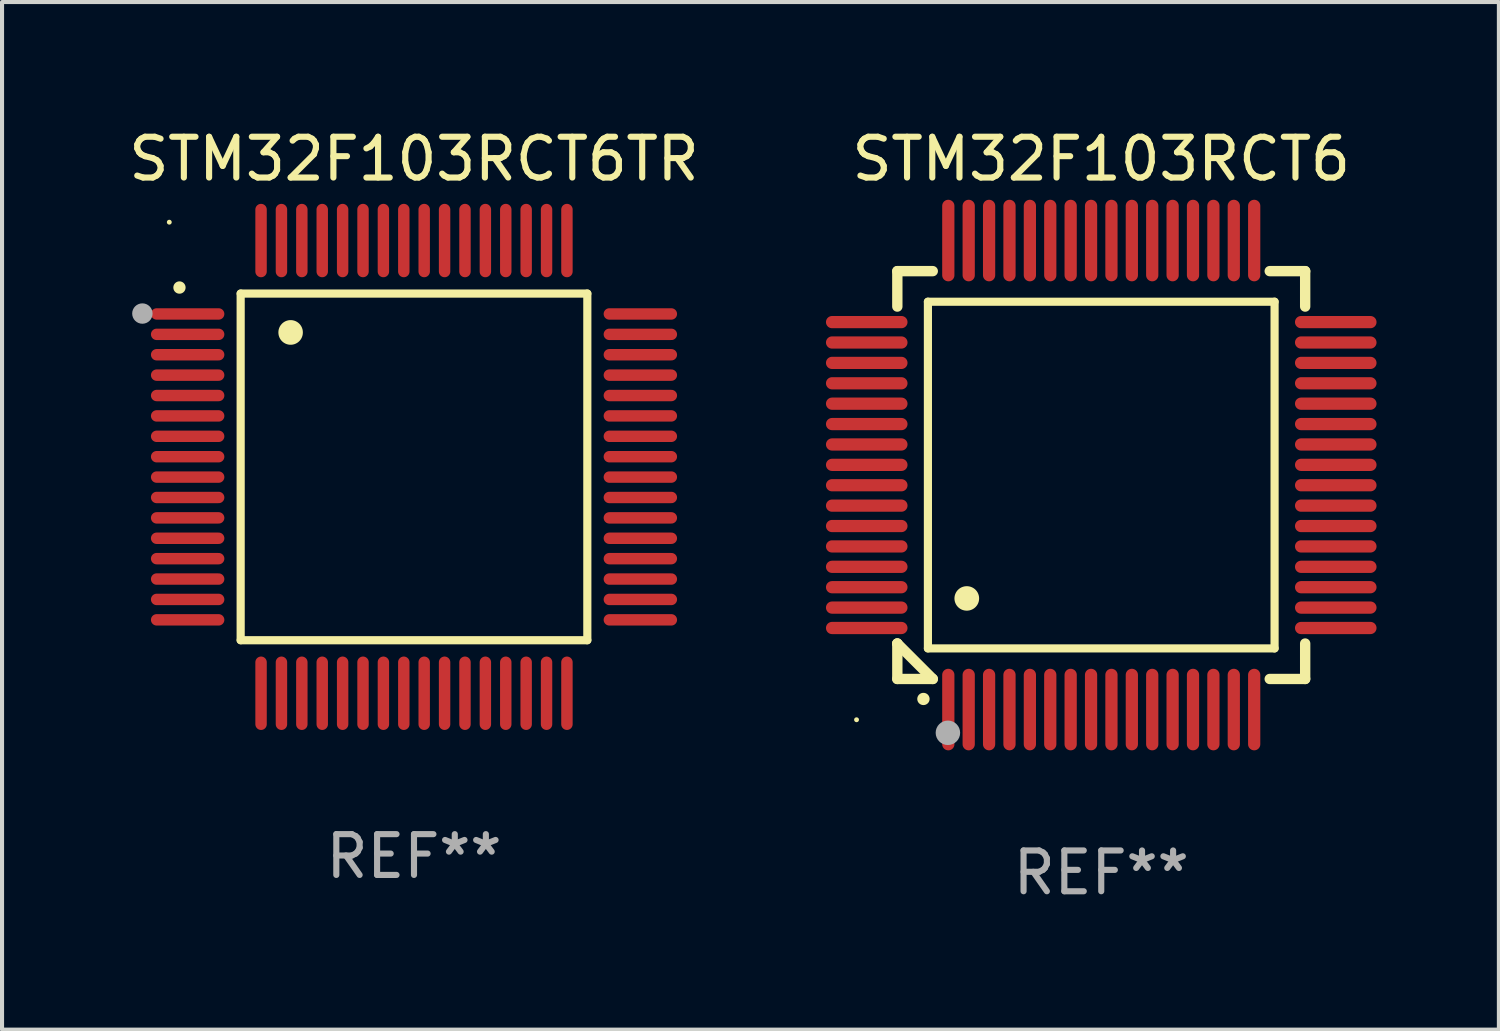
<source format=kicad_pcb>
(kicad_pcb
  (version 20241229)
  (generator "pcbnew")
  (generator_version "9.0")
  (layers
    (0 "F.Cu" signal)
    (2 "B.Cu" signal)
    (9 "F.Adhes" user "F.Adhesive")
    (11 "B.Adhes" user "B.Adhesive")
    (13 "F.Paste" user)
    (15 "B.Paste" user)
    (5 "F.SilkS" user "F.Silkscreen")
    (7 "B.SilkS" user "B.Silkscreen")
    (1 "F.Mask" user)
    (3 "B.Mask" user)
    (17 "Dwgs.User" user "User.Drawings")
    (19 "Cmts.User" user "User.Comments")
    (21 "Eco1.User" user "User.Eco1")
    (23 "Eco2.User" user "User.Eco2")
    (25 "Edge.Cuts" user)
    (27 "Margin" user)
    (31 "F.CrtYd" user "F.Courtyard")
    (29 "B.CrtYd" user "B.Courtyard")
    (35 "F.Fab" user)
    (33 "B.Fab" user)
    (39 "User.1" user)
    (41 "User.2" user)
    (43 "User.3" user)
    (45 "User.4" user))
  (footprint "STM32F103RCT6TR"
    (layer "F.Cu")
    (at 7.101 8.398)
    (property "Reference" "STM32F103RCT6TR" (at 0 -7.55 0) (layer "F.SilkS") (effects (font (size 1 1) (thickness 0.15))))
    (attr through_hole)
    (fp_line (start -4.25 -4.25) (end -4.25 4.25) (stroke (width 0.2) (type solid)) (layer "F.SilkS"))
    (fp_line (start -4.25 4.25) (end 4.25 4.25) (stroke (width 0.2) (type solid)) (layer "F.SilkS"))
    (fp_line (start 4.25 -4.25) (end -4.25 -4.25) (stroke (width 0.2) (type solid)) (layer "F.SilkS"))
    (fp_line (start 4.25 4.25) (end 4.25 -4.25) (stroke (width 0.2) (type solid)) (layer "F.SilkS"))
    (fp_arc (start -5.750572 -4.396749) (mid -5.750577 -4.398019) (end -5.750572 -4.399289) (stroke (width 0.3) (type solid)) (layer "F.SilkS"))
    (fp_arc (start -3.025146 -3.294387) (mid -3.025157 -3.296927) (end -3.025146 -3.299467) (stroke (width 0.6) (type solid)) (layer "F.SilkS"))
    (fp_circle (center -6 -6) (end -5.97 -6) (stroke (width 0.06) (type solid)) (fill no) (layer "F.SilkS"))
    (fp_circle (center -6.66 -3.76) (end -6.535 -3.76) (stroke (width 0.25) (type solid)) (fill no) (layer "F.Fab"))
    (fp_text user "REF**" (at 0 9.55 0) (layer "F.Fab") (effects (font (size 1 1) (thickness 0.15))))
    (pad "1" smd oval (at -5.55 -3.75) (size 1.8 0.28) (layers "F.Cu" "F.Mask" "F.Paste"))
    (pad "2" smd oval (at -5.55 -3.25) (size 1.8 0.28) (layers "F.Cu" "F.Mask" "F.Paste"))
    (pad "3" smd oval (at -5.55 -2.75) (size 1.8 0.28) (layers "F.Cu" "F.Mask" "F.Paste"))
    (pad "4" smd oval (at -5.55 -2.25) (size 1.8 0.28) (layers "F.Cu" "F.Mask" "F.Paste"))
    (pad "5" smd oval (at -5.55 -1.75) (size 1.8 0.28) (layers "F.Cu" "F.Mask" "F.Paste"))
    (pad "6" smd oval (at -5.55 -1.25) (size 1.8 0.28) (layers "F.Cu" "F.Mask" "F.Paste"))
    (pad "7" smd oval (at -5.55 -0.75) (size 1.8 0.28) (layers "F.Cu" "F.Mask" "F.Paste"))
    (pad "8" smd oval (at -5.55 -0.25) (size 1.8 0.28) (layers "F.Cu" "F.Mask" "F.Paste"))
    (pad "9" smd oval (at -5.55 0.25) (size 1.8 0.28) (layers "F.Cu" "F.Mask" "F.Paste"))
    (pad "10" smd oval (at -5.55 0.75) (size 1.8 0.28) (layers "F.Cu" "F.Mask" "F.Paste"))
    (pad "11" smd oval (at -5.55 1.25) (size 1.8 0.28) (layers "F.Cu" "F.Mask" "F.Paste"))
    (pad "12" smd oval (at -5.55 1.75) (size 1.8 0.28) (layers "F.Cu" "F.Mask" "F.Paste"))
    (pad "13" smd oval (at -5.55 2.25) (size 1.8 0.28) (layers "F.Cu" "F.Mask" "F.Paste"))
    (pad "14" smd oval (at -5.55 2.75) (size 1.8 0.28) (layers "F.Cu" "F.Mask" "F.Paste"))
    (pad "15" smd oval (at -5.55 3.25) (size 1.8 0.28) (layers "F.Cu" "F.Mask" "F.Paste"))
    (pad "16" smd oval (at -5.55 3.75) (size 1.8 0.28) (layers "F.Cu" "F.Mask" "F.Paste"))
    (pad "17" smd oval (at -3.75 5.55) (size 0.28 1.8) (layers "F.Cu" "F.Mask" "F.Paste"))
    (pad "18" smd oval (at -3.25 5.55) (size 0.28 1.8) (layers "F.Cu" "F.Mask" "F.Paste"))
    (pad "19" smd oval (at -2.75 5.55) (size 0.28 1.8) (layers "F.Cu" "F.Mask" "F.Paste"))
    (pad "20" smd oval (at -2.25 5.55) (size 0.28 1.8) (layers "F.Cu" "F.Mask" "F.Paste"))
    (pad "21" smd oval (at -1.75 5.55) (size 0.28 1.8) (layers "F.Cu" "F.Mask" "F.Paste"))
    (pad "22" smd oval (at -1.25 5.55) (size 0.28 1.8) (layers "F.Cu" "F.Mask" "F.Paste"))
    (pad "23" smd oval (at -0.75 5.55) (size 0.28 1.8) (layers "F.Cu" "F.Mask" "F.Paste"))
    (pad "24" smd oval (at -0.25 5.55) (size 0.28 1.8) (layers "F.Cu" "F.Mask" "F.Paste"))
    (pad "25" smd oval (at 0.25 5.55) (size 0.28 1.8) (layers "F.Cu" "F.Mask" "F.Paste"))
    (pad "26" smd oval (at 0.75 5.55) (size 0.28 1.8) (layers "F.Cu" "F.Mask" "F.Paste"))
    (pad "27" smd oval (at 1.25 5.55) (size 0.28 1.8) (layers "F.Cu" "F.Mask" "F.Paste"))
    (pad "28" smd oval (at 1.75 5.55) (size 0.28 1.8) (layers "F.Cu" "F.Mask" "F.Paste"))
    (pad "29" smd oval (at 2.25 5.55) (size 0.28 1.8) (layers "F.Cu" "F.Mask" "F.Paste"))
    (pad "30" smd oval (at 2.75 5.55) (size 0.28 1.8) (layers "F.Cu" "F.Mask" "F.Paste"))
    (pad "31" smd oval (at 3.25 5.55) (size 0.28 1.8) (layers "F.Cu" "F.Mask" "F.Paste"))
    (pad "32" smd oval (at 3.75 5.55) (size 0.28 1.8) (layers "F.Cu" "F.Mask" "F.Paste"))
    (pad "33" smd oval (at 5.55 3.75) (size 1.8 0.28) (layers "F.Cu" "F.Mask" "F.Paste"))
    (pad "34" smd oval (at 5.55 3.25) (size 1.8 0.28) (layers "F.Cu" "F.Mask" "F.Paste"))
    (pad "35" smd oval (at 5.55 2.75) (size 1.8 0.28) (layers "F.Cu" "F.Mask" "F.Paste"))
    (pad "36" smd oval (at 5.55 2.25) (size 1.8 0.28) (layers "F.Cu" "F.Mask" "F.Paste"))
    (pad "37" smd oval (at 5.55 1.75) (size 1.8 0.28) (layers "F.Cu" "F.Mask" "F.Paste"))
    (pad "38" smd oval (at 5.55 1.25) (size 1.8 0.28) (layers "F.Cu" "F.Mask" "F.Paste"))
    (pad "39" smd oval (at 5.55 0.75) (size 1.8 0.28) (layers "F.Cu" "F.Mask" "F.Paste"))
    (pad "40" smd oval (at 5.55 0.25) (size 1.8 0.28) (layers "F.Cu" "F.Mask" "F.Paste"))
    (pad "41" smd oval (at 5.55 -0.25) (size 1.8 0.28) (layers "F.Cu" "F.Mask" "F.Paste"))
    (pad "42" smd oval (at 5.55 -0.75) (size 1.8 0.28) (layers "F.Cu" "F.Mask" "F.Paste"))
    (pad "43" smd oval (at 5.55 -1.25) (size 1.8 0.28) (layers "F.Cu" "F.Mask" "F.Paste"))
    (pad "44" smd oval (at 5.55 -1.75) (size 1.8 0.28) (layers "F.Cu" "F.Mask" "F.Paste"))
    (pad "45" smd oval (at 5.55 -2.25) (size 1.8 0.28) (layers "F.Cu" "F.Mask" "F.Paste"))
    (pad "46" smd oval (at 5.55 -2.75) (size 1.8 0.28) (layers "F.Cu" "F.Mask" "F.Paste"))
    (pad "47" smd oval (at 5.55 -3.25) (size 1.8 0.28) (layers "F.Cu" "F.Mask" "F.Paste"))
    (pad "48" smd oval (at 5.55 -3.75) (size 1.8 0.28) (layers "F.Cu" "F.Mask" "F.Paste"))
    (pad "49" smd oval (at 3.75 -5.55) (size 0.28 1.8) (layers "F.Cu" "F.Mask" "F.Paste"))
    (pad "50" smd oval (at 3.25 -5.55) (size 0.28 1.8) (layers "F.Cu" "F.Mask" "F.Paste"))
    (pad "51" smd oval (at 2.75 -5.55) (size 0.28 1.8) (layers "F.Cu" "F.Mask" "F.Paste"))
    (pad "52" smd oval (at 2.25 -5.55) (size 0.28 1.8) (layers "F.Cu" "F.Mask" "F.Paste"))
    (pad "53" smd oval (at 1.75 -5.55) (size 0.28 1.8) (layers "F.Cu" "F.Mask" "F.Paste"))
    (pad "54" smd oval (at 1.25 -5.55) (size 0.28 1.8) (layers "F.Cu" "F.Mask" "F.Paste"))
    (pad "55" smd oval (at 0.75 -5.55) (size 0.28 1.8) (layers "F.Cu" "F.Mask" "F.Paste"))
    (pad "56" smd oval (at 0.25 -5.55) (size 0.28 1.8) (layers "F.Cu" "F.Mask" "F.Paste"))
    (pad "57" smd oval (at -0.25 -5.55) (size 0.28 1.8) (layers "F.Cu" "F.Mask" "F.Paste"))
    (pad "58" smd oval (at -0.75 -5.55) (size 0.28 1.8) (layers "F.Cu" "F.Mask" "F.Paste"))
    (pad "59" smd oval (at -1.25 -5.55) (size 0.28 1.8) (layers "F.Cu" "F.Mask" "F.Paste"))
    (pad "60" smd oval (at -1.75 -5.55) (size 0.28 1.8) (layers "F.Cu" "F.Mask" "F.Paste"))
    (pad "61" smd oval (at -2.25 -5.55) (size 0.28 1.8) (layers "F.Cu" "F.Mask" "F.Paste"))
    (pad "62" smd oval (at -2.75 -5.55) (size 0.28 1.8) (layers "F.Cu" "F.Mask" "F.Paste"))
    (pad "63" smd oval (at -3.25 -5.55) (size 0.28 1.8) (layers "F.Cu" "F.Mask" "F.Paste"))
    (pad "64" smd oval (at -3.75 -5.55) (size 0.28 1.8) (layers "F.Cu" "F.Mask" "F.Paste")))
  (footprint "STM32F103RCT6"
    (layer "F.Cu")
    (at 23.952 8.598)
    (property "Reference" "STM32F103RCT6" (at 0 -7.75 0) (layer "F.SilkS") (effects (font (size 1 1) (thickness 0.15))))
    (attr through_hole)
    (fp_line (start -5 -5) (end -4.131 -5) (stroke (width 0.254) (type solid)) (layer "F.SilkS"))
    (fp_line (start -5 -4.131) (end -5 -5) (stroke (width 0.254) (type solid)) (layer "F.SilkS"))
    (fp_line (start -5 4.131) (end -5 4.131) (stroke (width 0.254) (type solid)) (layer "F.SilkS"))
    (fp_line (start -5 5) (end -5 4.131) (stroke (width 0.254) (type solid)) (layer "F.SilkS"))
    (fp_line (start -5 4.131) (end -4.131 5) (stroke (width 0.254) (type solid)) (layer "F.SilkS"))
    (fp_line (start -4.25 -4.25) (end -4.25 4.25) (stroke (width 0.2) (type solid)) (layer "F.SilkS"))
    (fp_line (start -4.25 4.25) (end 4.25 4.25) (stroke (width 0.2) (type solid)) (layer "F.SilkS"))
    (fp_line (start -4.131 5) (end -5 5) (stroke (width 0.254) (type solid)) (layer "F.SilkS"))
    (fp_line (start 4.25 -4.25) (end -4.25 -4.25) (stroke (width 0.2) (type solid)) (layer "F.SilkS"))
    (fp_line (start 4.25 4.25) (end 4.25 -4.25) (stroke (width 0.2) (type solid)) (layer "F.SilkS"))
    (fp_line (start 5 -5) (end 4.131 -5) (stroke (width 0.254) (type solid)) (layer "F.SilkS"))
    (fp_line (start 5 -5) (end 5 -4.131) (stroke (width 0.254) (type solid)) (layer "F.SilkS"))
    (fp_line (start 5 4.131) (end 5 5) (stroke (width 0.254) (type solid)) (layer "F.SilkS"))
    (fp_line (start 5 5) (end 4.131 5) (stroke (width 0.254) (type solid)) (layer "F.SilkS"))
    (fp_arc (start -4.361265 5.489992) (mid -4.359995 5.489987) (end -4.358725 5.489992) (stroke (width 0.3) (type solid)) (layer "F.SilkS"))
    (fp_arc (start -3.299467 3.025146) (mid -3.296927 3.025135) (end -3.294387 3.025146) (stroke (width 0.6) (type solid)) (layer "F.SilkS"))
    (fp_circle (center -6 6) (end -5.97 6) (stroke (width 0.06) (type solid)) (fill no) (layer "F.SilkS"))
    (fp_circle (center -3.76 6.32) (end -3.61 6.32) (stroke (width 0.3) (type solid)) (fill no) (layer "F.Fab"))
    (fp_text user "REF**" (at 0 9.75 0) (layer "F.Fab") (effects (font (size 1 1) (thickness 0.15))))
    (pad "1" smd oval (at -3.75 5.75) (size 0.3 2) (layers "F.Cu" "F.Mask" "F.Paste"))
    (pad "2" smd oval (at -3.25 5.75) (size 0.3 2) (layers "F.Cu" "F.Mask" "F.Paste"))
    (pad "3" smd oval (at -2.75 5.75) (size 0.3 2) (layers "F.Cu" "F.Mask" "F.Paste"))
    (pad "4" smd oval (at -2.25 5.75) (size 0.3 2) (layers "F.Cu" "F.Mask" "F.Paste"))
    (pad "5" smd oval (at -1.75 5.75) (size 0.3 2) (layers "F.Cu" "F.Mask" "F.Paste"))
    (pad "6" smd oval (at -1.25 5.75) (size 0.3 2) (layers "F.Cu" "F.Mask" "F.Paste"))
    (pad "7" smd oval (at -0.75 5.75) (size 0.3 2) (layers "F.Cu" "F.Mask" "F.Paste"))
    (pad "8" smd oval (at -0.25 5.75) (size 0.3 2) (layers "F.Cu" "F.Mask" "F.Paste"))
    (pad "9" smd oval (at 0.25 5.75) (size 0.3 2) (layers "F.Cu" "F.Mask" "F.Paste"))
    (pad "10" smd oval (at 0.75 5.75) (size 0.3 2) (layers "F.Cu" "F.Mask" "F.Paste"))
    (pad "11" smd oval (at 1.25 5.75) (size 0.3 2) (layers "F.Cu" "F.Mask" "F.Paste"))
    (pad "12" smd oval (at 1.75 5.75) (size 0.3 2) (layers "F.Cu" "F.Mask" "F.Paste"))
    (pad "13" smd oval (at 2.25 5.75) (size 0.3 2) (layers "F.Cu" "F.Mask" "F.Paste"))
    (pad "14" smd oval (at 2.75 5.75) (size 0.3 2) (layers "F.Cu" "F.Mask" "F.Paste"))
    (pad "15" smd oval (at 3.25 5.75) (size 0.3 2) (layers "F.Cu" "F.Mask" "F.Paste"))
    (pad "16" smd oval (at 3.75 5.75) (size 0.3 2) (layers "F.Cu" "F.Mask" "F.Paste"))
    (pad "17" smd oval (at 5.75 3.75) (size 2 0.3) (layers "F.Cu" "F.Mask" "F.Paste"))
    (pad "18" smd oval (at 5.75 3.25) (size 2 0.3) (layers "F.Cu" "F.Mask" "F.Paste"))
    (pad "19" smd oval (at 5.75 2.75) (size 2 0.3) (layers "F.Cu" "F.Mask" "F.Paste"))
    (pad "20" smd oval (at 5.75 2.25) (size 2 0.3) (layers "F.Cu" "F.Mask" "F.Paste"))
    (pad "21" smd oval (at 5.75 1.75) (size 2 0.3) (layers "F.Cu" "F.Mask" "F.Paste"))
    (pad "22" smd oval (at 5.75 1.25) (size 2 0.3) (layers "F.Cu" "F.Mask" "F.Paste"))
    (pad "23" smd oval (at 5.75 0.75) (size 2 0.3) (layers "F.Cu" "F.Mask" "F.Paste"))
    (pad "24" smd oval (at 5.75 0.25) (size 2 0.3) (layers "F.Cu" "F.Mask" "F.Paste"))
    (pad "25" smd oval (at 5.75 -0.25) (size 2 0.3) (layers "F.Cu" "F.Mask" "F.Paste"))
    (pad "26" smd oval (at 5.75 -0.75) (size 2 0.3) (layers "F.Cu" "F.Mask" "F.Paste"))
    (pad "27" smd oval (at 5.75 -1.25) (size 2 0.3) (layers "F.Cu" "F.Mask" "F.Paste"))
    (pad "28" smd oval (at 5.75 -1.75) (size 2 0.3) (layers "F.Cu" "F.Mask" "F.Paste"))
    (pad "29" smd oval (at 5.75 -2.25) (size 2 0.3) (layers "F.Cu" "F.Mask" "F.Paste"))
    (pad "30" smd oval (at 5.75 -2.75) (size 2 0.3) (layers "F.Cu" "F.Mask" "F.Paste"))
    (pad "31" smd oval (at 5.75 -3.25) (size 2 0.3) (layers "F.Cu" "F.Mask" "F.Paste"))
    (pad "32" smd oval (at 5.75 -3.75) (size 2 0.3) (layers "F.Cu" "F.Mask" "F.Paste"))
    (pad "33" smd oval (at 3.75 -5.75) (size 0.3 2) (layers "F.Cu" "F.Mask" "F.Paste"))
    (pad "34" smd oval (at 3.25 -5.75) (size 0.3 2) (layers "F.Cu" "F.Mask" "F.Paste"))
    (pad "35" smd oval (at 2.75 -5.75) (size 0.3 2) (layers "F.Cu" "F.Mask" "F.Paste"))
    (pad "36" smd oval (at 2.25 -5.75) (size 0.3 2) (layers "F.Cu" "F.Mask" "F.Paste"))
    (pad "37" smd oval (at 1.75 -5.75) (size 0.3 2) (layers "F.Cu" "F.Mask" "F.Paste"))
    (pad "38" smd oval (at 1.25 -5.75) (size 0.3 2) (layers "F.Cu" "F.Mask" "F.Paste"))
    (pad "39" smd oval (at 0.75 -5.75) (size 0.3 2) (layers "F.Cu" "F.Mask" "F.Paste"))
    (pad "40" smd oval (at 0.25 -5.75) (size 0.3 2) (layers "F.Cu" "F.Mask" "F.Paste"))
    (pad "41" smd oval (at -0.25 -5.75) (size 0.3 2) (layers "F.Cu" "F.Mask" "F.Paste"))
    (pad "42" smd oval (at -0.75 -5.75) (size 0.3 2) (layers "F.Cu" "F.Mask" "F.Paste"))
    (pad "43" smd oval (at -1.25 -5.75) (size 0.3 2) (layers "F.Cu" "F.Mask" "F.Paste"))
    (pad "44" smd oval (at -1.75 -5.75) (size 0.3 2) (layers "F.Cu" "F.Mask" "F.Paste"))
    (pad "45" smd oval (at -2.25 -5.75) (size 0.3 2) (layers "F.Cu" "F.Mask" "F.Paste"))
    (pad "46" smd oval (at -2.75 -5.75) (size 0.3 2) (layers "F.Cu" "F.Mask" "F.Paste"))
    (pad "47" smd oval (at -3.25 -5.75) (size 0.3 2) (layers "F.Cu" "F.Mask" "F.Paste"))
    (pad "48" smd oval (at -3.75 -5.75) (size 0.3 2) (layers "F.Cu" "F.Mask" "F.Paste"))
    (pad "49" smd oval (at -5.75 -3.75) (size 2 0.3) (layers "F.Cu" "F.Mask" "F.Paste"))
    (pad "50" smd oval (at -5.75 -3.25) (size 2 0.3) (layers "F.Cu" "F.Mask" "F.Paste"))
    (pad "51" smd oval (at -5.75 -2.75) (size 2 0.3) (layers "F.Cu" "F.Mask" "F.Paste"))
    (pad "52" smd oval (at -5.75 -2.25) (size 2 0.3) (layers "F.Cu" "F.Mask" "F.Paste"))
    (pad "53" smd oval (at -5.75 -1.75) (size 2 0.3) (layers "F.Cu" "F.Mask" "F.Paste"))
    (pad "54" smd oval (at -5.75 -1.25) (size 2 0.3) (layers "F.Cu" "F.Mask" "F.Paste"))
    (pad "55" smd oval (at -5.75 -0.75) (size 2 0.3) (layers "F.Cu" "F.Mask" "F.Paste"))
    (pad "56" smd oval (at -5.75 -0.25) (size 2 0.3) (layers "F.Cu" "F.Mask" "F.Paste"))
    (pad "57" smd oval (at -5.75 0.25) (size 2 0.3) (layers "F.Cu" "F.Mask" "F.Paste"))
    (pad "58" smd oval (at -5.75 0.75) (size 2 0.3) (layers "F.Cu" "F.Mask" "F.Paste"))
    (pad "59" smd oval (at -5.75 1.25) (size 2 0.3) (layers "F.Cu" "F.Mask" "F.Paste"))
    (pad "60" smd oval (at -5.75 1.75) (size 2 0.3) (layers "F.Cu" "F.Mask" "F.Paste"))
    (pad "61" smd oval (at -5.75 2.25) (size 2 0.3) (layers "F.Cu" "F.Mask" "F.Paste"))
    (pad "62" smd oval (at -5.75 2.75) (size 2 0.3) (layers "F.Cu" "F.Mask" "F.Paste"))
    (pad "63" smd oval (at -5.75 3.25) (size 2 0.3) (layers "F.Cu" "F.Mask" "F.Paste"))
    (pad "64" smd oval (at -5.75 3.75) (size 2 0.3) (layers "F.Cu" "F.Mask" "F.Paste")))
  (gr_rect
    (start -3 -3)
    (end 33.702 22.196)
    (stroke (width 0.1) (type default))
    (fill no)
    (layer "Edge.Cuts")))
</source>
